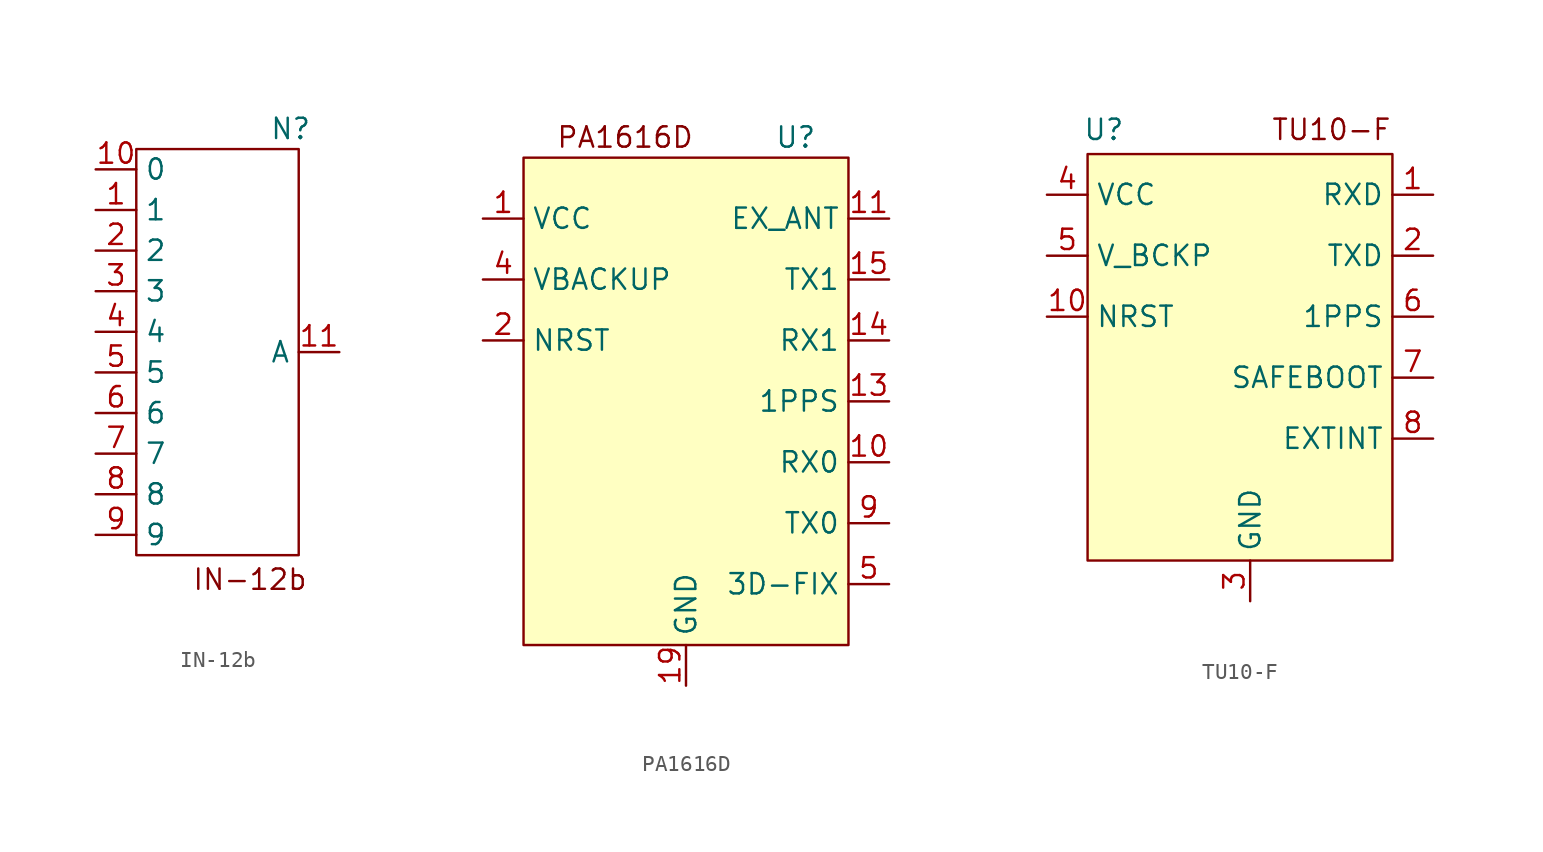
<source format=kicad_sym>
(kicad_symbol_lib
  (version 20231120)
  (generator "kicad_symbol_editor")
  (generator_version "8.0")
  (symbol "IN-12b"
    (property "Reference" "N"
      (at 4.572 13.97 0)
      (effects (font (size 1.27 1.27))))
    (property "Value" ""
      (at 0 5.08 0)
      (effects (font (size 1.27 1.27))))
    (symbol "IN-12b_0_1"
      (rectangle (start -5.08 12.7) (end 5.08 -12.7) (stroke (width 0) (type default)) (fill (type none))))
    (symbol "IN-12b_1_1"
      (text "IN-12b" (at 2.032 -14.224 0) (effects (font (size 1.27 1.27))))
      (pin output line (at -7.62 8.89 0) (length 2.54) (name "1" (effects (font (size 1.27 1.27)))) (number "1" (effects (font (size 1.27 1.27)))))
      (pin output line (at -7.62 11.43 0) (length 2.54) (name "0" (effects (font (size 1.27 1.27)))) (number "10" (effects (font (size 1.27 1.27)))))
      (pin input line (at 7.62 0 180) (length 2.54) (name "A" (effects (font (size 1.27 1.27)))) (number "11" (effects (font (size 1.27 1.27)))))
      (pin output line (at -7.62 6.35 0) (length 2.54) (name "2" (effects (font (size 1.27 1.27)))) (number "2" (effects (font (size 1.27 1.27)))))
      (pin output line (at -7.62 3.81 0) (length 2.54) (name "3" (effects (font (size 1.27 1.27)))) (number "3" (effects (font (size 1.27 1.27)))))
      (pin output line (at -7.62 1.27 0) (length 2.54) (name "4" (effects (font (size 1.27 1.27)))) (number "4" (effects (font (size 1.27 1.27)))))
      (pin output line (at -7.62 -1.27 0) (length 2.54) (name "5" (effects (font (size 1.27 1.27)))) (number "5" (effects (font (size 1.27 1.27)))))
      (pin output line (at -7.62 -3.81 0) (length 2.54) (name "6" (effects (font (size 1.27 1.27)))) (number "6" (effects (font (size 1.27 1.27)))))
      (pin output line (at -7.62 -6.35 0) (length 2.54) (name "7" (effects (font (size 1.27 1.27)))) (number "7" (effects (font (size 1.27 1.27)))))
      (pin output line (at -7.62 -8.89 0) (length 2.54) (name "8" (effects (font (size 1.27 1.27)))) (number "8" (effects (font (size 1.27 1.27)))))
      (pin output line (at -7.62 -11.43 0) (length 2.54) (name "9" (effects (font (size 1.27 1.27)))) (number "9" (effects (font (size 1.27 1.27)))))))
  (symbol "PA1616D"
    (property "Reference" "U"
      (at 6.858 17.78 0)
      (effects (font (size 1.27 1.27))))
    (property "Value" ""
      (at -2.54 10.16 0)
      (effects (font (size 1.27 1.27))))
    (symbol "PA1616D_0_1"
      (rectangle (start -10.16 16.51) (end 10.16 -13.97) (stroke (width 0) (type default)) (fill (type background))))
    (symbol "PA1616D_1_1"
      (text "PA1616D" (at -3.81 17.78 0) (effects (font (size 1.27 1.27))))
      (pin power_in line (at -12.7 12.7 0) (length 2.54) (name "VCC" (effects (font (size 1.27 1.27)))) (number "1" (effects (font (size 1.27 1.27)))))
      (pin input line (at 12.7 -2.54 180) (length 2.54) (name "RX0" (effects (font (size 1.27 1.27)))) (number "10" (effects (font (size 1.27 1.27)))))
      (pin input line (at 12.7 12.7 180) (length 2.54) (name "EX_ANT" (effects (font (size 1.27 1.27)))) (number "11" (effects (font (size 1.27 1.27)))))
      (pin passive line (at 0 -16.51 90) (length 2.54) hide (name "GND" (effects (font (size 1.27 1.27)))) (number "12" (effects (font (size 1.27 1.27)))))
      (pin output line (at 12.7 1.27 180) (length 2.54) (name "1PPS" (effects (font (size 1.27 1.27)))) (number "13" (effects (font (size 1.27 1.27)))))
      (pin input line (at 12.7 5.08 180) (length 2.54) (name "RX1" (effects (font (size 1.27 1.27)))) (number "14" (effects (font (size 1.27 1.27)))))
      (pin output line (at 12.7 8.89 180) (length 2.54) (name "TX1" (effects (font (size 1.27 1.27)))) (number "15" (effects (font (size 1.27 1.27)))))
      (pin no_connect line (at -12.7 -8.89 0) (length 2.54) hide (name "NC" (effects (font (size 1.27 1.27)))) (number "16" (effects (font (size 1.27 1.27)))))
      (pin no_connect line (at -12.7 -7.62 0) (length 2.54) hide (name "NC" (effects (font (size 1.27 1.27)))) (number "17" (effects (font (size 1.27 1.27)))))
      (pin no_connect line (at -12.7 -6.35 0) (length 2.54) hide (name "NC" (effects (font (size 1.27 1.27)))) (number "18" (effects (font (size 1.27 1.27)))))
      (pin power_in line (at 0 -16.51 90) (length 2.54) (name "GND" (effects (font (size 1.27 1.27)))) (number "19" (effects (font (size 1.27 1.27)))))
      (pin output line (at -12.7 5.08 0) (length 2.54) (name "NRST" (effects (font (size 1.27 1.27)))) (number "2" (effects (font (size 1.27 1.27)))))
      (pin no_connect line (at -12.7 -5.08 0) (length 2.54) hide (name "NC" (effects (font (size 1.27 1.27)))) (number "20" (effects (font (size 1.27 1.27)))))
      (pin passive line (at 0 -16.51 90) (length 2.54) hide (name "GND" (effects (font (size 1.27 1.27)))) (number "3" (effects (font (size 1.27 1.27)))))
      (pin input line (at -12.7 8.89 0) (length 2.54) (name "VBACKUP" (effects (font (size 1.27 1.27)))) (number "4" (effects (font (size 1.27 1.27)))))
      (pin output line (at 12.7 -10.16 180) (length 2.54) (name "3D-FIX" (effects (font (size 1.27 1.27)))) (number "5" (effects (font (size 1.27 1.27)))))
      (pin no_connect line (at -12.7 -3.81 0) (length 2.54) hide (name "NC" (effects (font (size 1.27 1.27)))) (number "6" (effects (font (size 1.27 1.27)))))
      (pin no_connect line (at -12.7 -10.16 0) (length 2.54) hide (name "NC" (effects (font (size 1.27 1.27)))) (number "7" (effects (font (size 1.27 1.27)))))
      (pin passive line (at 0 -16.51 90) (length 2.54) hide (name "GND" (effects (font (size 1.27 1.27)))) (number "8" (effects (font (size 1.27 1.27)))))
      (pin output line (at 12.7 -6.35 180) (length 2.54) (name "TX0" (effects (font (size 1.27 1.27)))) (number "9" (effects (font (size 1.27 1.27)))))))
  (symbol "TU10-F"
    (property "Reference" "U"
      (at -9.144 14.224 0)
      (effects (font (size 1.27 1.27))))
    (property "Value" ""
      (at 1.27 1.27 0)
      (effects (font (size 1.27 1.27))))
    (symbol "TU10-F_0_1"
      (rectangle (start -10.16 12.7) (end 8.89 -12.7) (stroke (width 0) (type default)) (fill (type background))))
    (symbol "TU10-F_1_1"
      (text "TU10-F" (at 5.08 14.224 0) (effects (font (size 1.27 1.27))))
      (pin input line (at 11.43 10.16 180) (length 2.54) (name "RXD" (effects (font (size 1.27 1.27)))) (number "1" (effects (font (size 1.27 1.27)))))
      (pin input line (at -12.7 2.54 0) (length 2.54) (name "NRST" (effects (font (size 1.27 1.27)))) (number "10" (effects (font (size 1.27 1.27)))))
      (pin no_connect line (at -12.7 -8.89 0) (length 2.54) hide (name "NC" (effects (font (size 1.27 1.27)))) (number "11" (effects (font (size 1.27 1.27)))))
      (pin power_in line (at 0 -15.24 90) (length 2.54) hide (name "GND" (effects (font (size 1.27 1.27)))) (number "12" (effects (font (size 1.27 1.27)))))
      (pin output line (at 11.43 6.35 180) (length 2.54) (name "TXD" (effects (font (size 1.27 1.27)))) (number "2" (effects (font (size 1.27 1.27)))))
      (pin power_in line (at 0 -15.24 90) (length 2.54) (name "GND" (effects (font (size 1.27 1.27)))) (number "3" (effects (font (size 1.27 1.27)))))
      (pin power_in line (at -12.7 10.16 0) (length 2.54) (name "VCC" (effects (font (size 1.27 1.27)))) (number "4" (effects (font (size 1.27 1.27)))))
      (pin power_in line (at -12.7 6.35 0) (length 2.54) (name "V_BCKP" (effects (font (size 1.27 1.27)))) (number "5" (effects (font (size 1.27 1.27)))))
      (pin output line (at 11.43 2.54 180) (length 2.54) (name "1PPS" (effects (font (size 1.27 1.27)))) (number "6" (effects (font (size 1.27 1.27)))))
      (pin input line (at 11.43 -1.27 180) (length 2.54) (name "SAFEBOOT" (effects (font (size 1.27 1.27)))) (number "7" (effects (font (size 1.27 1.27)))))
      (pin input line (at 11.43 -5.08 180) (length 2.54) (name "EXTINT" (effects (font (size 1.27 1.27)))) (number "8" (effects (font (size 1.27 1.27)))))
      (pin no_connect line (at -12.7 -7.62 0) (length 2.54) hide (name "NC" (effects (font (size 1.27 1.27)))) (number "9" (effects (font (size 1.27 1.27))))))))
</source>
